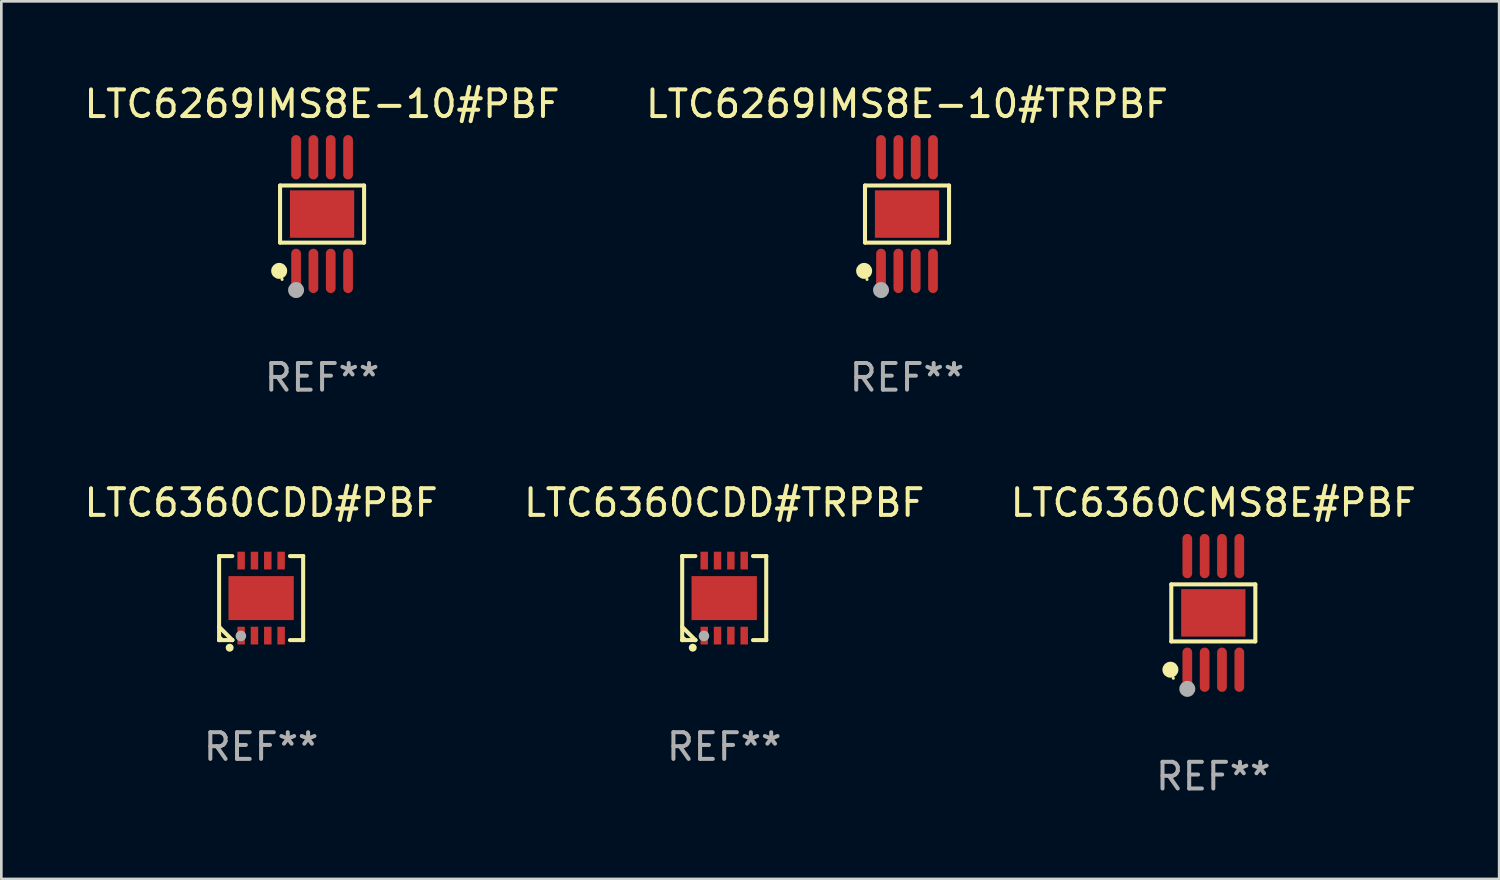
<source format=kicad_pcb>
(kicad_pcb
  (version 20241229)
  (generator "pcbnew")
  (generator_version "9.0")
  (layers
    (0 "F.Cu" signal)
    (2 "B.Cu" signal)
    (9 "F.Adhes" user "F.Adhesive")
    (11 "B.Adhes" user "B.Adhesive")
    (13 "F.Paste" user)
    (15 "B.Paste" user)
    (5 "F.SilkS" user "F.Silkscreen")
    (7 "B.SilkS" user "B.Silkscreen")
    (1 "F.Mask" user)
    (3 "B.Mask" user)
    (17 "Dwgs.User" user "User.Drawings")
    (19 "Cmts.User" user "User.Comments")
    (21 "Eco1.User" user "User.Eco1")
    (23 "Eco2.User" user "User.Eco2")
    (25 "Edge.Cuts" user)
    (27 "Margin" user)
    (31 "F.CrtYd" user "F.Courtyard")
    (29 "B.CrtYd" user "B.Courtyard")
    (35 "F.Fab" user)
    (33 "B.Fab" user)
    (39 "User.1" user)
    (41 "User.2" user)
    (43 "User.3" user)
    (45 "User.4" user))
  (footprint "LTC6360CDD#TRPBF"
    (layer "F.Cu")
    (at 24.113 19.383)
    (property "Reference" "LTC6360CDD#TRPBF" (at 0 -3.576 0) (layer "F.SilkS") (effects (font (size 1 1) (thickness 0.15))))
    (attr through_hole)
    (fp_line (start -1.576 -1.576) (end -1.576 -1.576) (stroke (width 0.152) (type solid)) (layer "F.SilkS"))
    (fp_line (start -1.576 -1.576) (end -1.08 -1.576) (stroke (width 0.152) (type solid)) (layer "F.SilkS"))
    (fp_line (start -1.576 1.576) (end -1.576 -1.576) (stroke (width 0.152) (type solid)) (layer "F.SilkS"))
    (fp_line (start -1.576 1.576) (end -1.576 1.576) (stroke (width 0.152) (type solid)) (layer "F.SilkS"))
    (fp_line (start -1.08 1.575) (end -1.576 1.079) (stroke (width 0.152) (type solid)) (layer "F.SilkS"))
    (fp_line (start -1.08 1.576) (end -1.576 1.576) (stroke (width 0.152) (type solid)) (layer "F.SilkS"))
    (fp_line (start -1.08 1.576) (end -1.08 1.575) (stroke (width 0.152) (type solid)) (layer "F.SilkS"))
    (fp_line (start 1.08 1.576) (end 1.576 1.576) (stroke (width 0.152) (type solid)) (layer "F.SilkS"))
    (fp_line (start 1.576 -1.576) (end 1.08 -1.576) (stroke (width 0.152) (type solid)) (layer "F.SilkS"))
    (fp_line (start 1.576 -1.576) (end 1.576 -1.576) (stroke (width 0.152) (type solid)) (layer "F.SilkS"))
    (fp_line (start 1.576 1.576) (end 1.576 -1.576) (stroke (width 0.152) (type solid)) (layer "F.SilkS"))
    (fp_line (start 1.576 1.576) (end 1.576 1.576) (stroke (width 0.152) (type solid)) (layer "F.SilkS"))
    (fp_circle (center -1.5 1.5) (end -1.47 1.5) (stroke (width 0.06) (type solid)) (fill no) (layer "F.SilkS"))
    (fp_circle (center -1.18 1.86) (end -1.105 1.86) (stroke (width 0.15) (type solid)) (fill no) (layer "F.SilkS"))
    (fp_circle (center -0.76 1.42) (end -0.66 1.42) (stroke (width 0.2) (type solid)) (fill no) (layer "F.Fab"))
    (fp_text user "REF**" (at 0 5.576 0) (layer "F.Fab") (effects (font (size 1 1) (thickness 0.15))))
    (pad "1" smd rect (at -0.75 1.407) (size 0.28 0.665) (layers "F.Cu" "F.Mask" "F.Paste"))
    (pad "2" smd rect (at -0.25 1.407) (size 0.28 0.665) (layers "F.Cu" "F.Mask" "F.Paste"))
    (pad "3" smd rect (at 0.25 1.407) (size 0.28 0.665) (layers "F.Cu" "F.Mask" "F.Paste"))
    (pad "4" smd rect (at 0.75 1.407) (size 0.28 0.665) (layers "F.Cu" "F.Mask" "F.Paste"))
    (pad "5" smd rect (at 0.75 -1.407) (size 0.28 0.665) (layers "F.Cu" "F.Mask" "F.Paste"))
    (pad "6" smd rect (at 0.25 -1.407) (size 0.28 0.665) (layers "F.Cu" "F.Mask" "F.Paste"))
    (pad "7" smd rect (at -0.25 -1.407) (size 0.28 0.665) (layers "F.Cu" "F.Mask" "F.Paste"))
    (pad "8" smd rect (at -0.75 -1.407) (size 0.28 0.665) (layers "F.Cu" "F.Mask" "F.Paste"))
    (pad "9" smd rect (at 0 0) (size 2.45 1.65) (layers "F.Cu" "F.Mask" "F.Paste")))
  (footprint "LTC6269IMS8E-10#TRPBF"
    (layer "F.Cu")
    (at 30.97 4.979)
    (property "Reference" "LTC6269IMS8E-10#TRPBF" (at 0 -4.131 0) (layer "F.SilkS") (effects (font (size 1 1) (thickness 0.15))))
    (attr through_hole)
    (fp_line (start -1.576 -1.071) (end 1.576 -1.071) (stroke (width 0.152) (type solid)) (layer "F.SilkS"))
    (fp_line (start -1.576 1.071) (end -1.576 -1.071) (stroke (width 0.152) (type solid)) (layer "F.SilkS"))
    (fp_line (start 1.576 -1.071) (end 1.576 1.071) (stroke (width 0.152) (type solid)) (layer "F.SilkS"))
    (fp_line (start 1.576 1.071) (end -1.576 1.071) (stroke (width 0.152) (type solid)) (layer "F.SilkS"))
    (fp_circle (center -1.609 2.131) (end -1.459 2.131) (stroke (width 0.3) (type solid)) (fill no) (layer "F.SilkS"))
    (fp_circle (center -1.5 2.45) (end -1.47 2.45) (stroke (width 0.06) (type solid)) (fill no) (layer "F.SilkS"))
    (fp_circle (center -0.975 2.85) (end -0.825 2.85) (stroke (width 0.3) (type solid)) (fill no) (layer "F.Fab"))
    (fp_text user "REF**" (at 0 6.131 0) (layer "F.Fab") (effects (font (size 1 1) (thickness 0.15))))
    (pad "1" smd oval (at -0.975 2.131) (size 0.364 1.662) (layers "F.Cu" "F.Mask" "F.Paste"))
    (pad "2" smd oval (at -0.325 2.131) (size 0.364 1.662) (layers "F.Cu" "F.Mask" "F.Paste"))
    (pad "3" smd oval (at 0.325 2.131) (size 0.364 1.662) (layers "F.Cu" "F.Mask" "F.Paste"))
    (pad "4" smd oval (at 0.975 2.131) (size 0.364 1.662) (layers "F.Cu" "F.Mask" "F.Paste"))
    (pad "5" smd oval (at 0.975 -2.131) (size 0.364 1.662) (layers "F.Cu" "F.Mask" "F.Paste"))
    (pad "6" smd oval (at 0.325 -2.131) (size 0.364 1.662) (layers "F.Cu" "F.Mask" "F.Paste"))
    (pad "7" smd oval (at -0.325 -2.131) (size 0.364 1.662) (layers "F.Cu" "F.Mask" "F.Paste"))
    (pad "8" smd oval (at -0.975 -2.131) (size 0.364 1.662) (layers "F.Cu" "F.Mask" "F.Paste"))
    (pad "9" smd rect (at 0 0) (size 2.41 1.78) (layers "F.Cu" "F.Mask" "F.Paste")))
  (footprint "LTC6360CMS8E#PBF"
    (layer "F.Cu")
    (at 42.458 19.938)
    (property "Reference" "LTC6360CMS8E#PBF" (at 0 -4.131 0) (layer "F.SilkS") (effects (font (size 1 1) (thickness 0.15))))
    (attr through_hole)
    (fp_line (start -1.576 -1.071) (end 1.576 -1.071) (stroke (width 0.152) (type solid)) (layer "F.SilkS"))
    (fp_line (start -1.576 1.071) (end -1.576 -1.071) (stroke (width 0.152) (type solid)) (layer "F.SilkS"))
    (fp_line (start 1.576 -1.071) (end 1.576 1.071) (stroke (width 0.152) (type solid)) (layer "F.SilkS"))
    (fp_line (start 1.576 1.071) (end -1.576 1.071) (stroke (width 0.152) (type solid)) (layer "F.SilkS"))
    (fp_circle (center -1.609 2.131) (end -1.459 2.131) (stroke (width 0.3) (type solid)) (fill no) (layer "F.SilkS"))
    (fp_circle (center -1.5 2.45) (end -1.47 2.45) (stroke (width 0.06) (type solid)) (fill no) (layer "F.SilkS"))
    (fp_circle (center -0.975 2.85) (end -0.825 2.85) (stroke (width 0.3) (type solid)) (fill no) (layer "F.Fab"))
    (fp_text user "REF**" (at 0 6.131 0) (layer "F.Fab") (effects (font (size 1 1) (thickness 0.15))))
    (pad "1" smd oval (at -0.975 2.131) (size 0.364 1.662) (layers "F.Cu" "F.Mask" "F.Paste"))
    (pad "2" smd oval (at -0.325 2.131) (size 0.364 1.662) (layers "F.Cu" "F.Mask" "F.Paste"))
    (pad "3" smd oval (at 0.325 2.131) (size 0.364 1.662) (layers "F.Cu" "F.Mask" "F.Paste"))
    (pad "4" smd oval (at 0.975 2.131) (size 0.364 1.662) (layers "F.Cu" "F.Mask" "F.Paste"))
    (pad "5" smd oval (at 0.975 -2.131) (size 0.364 1.662) (layers "F.Cu" "F.Mask" "F.Paste"))
    (pad "6" smd oval (at 0.325 -2.131) (size 0.364 1.662) (layers "F.Cu" "F.Mask" "F.Paste"))
    (pad "7" smd oval (at -0.325 -2.131) (size 0.364 1.662) (layers "F.Cu" "F.Mask" "F.Paste"))
    (pad "8" smd oval (at -0.975 -2.131) (size 0.364 1.662) (layers "F.Cu" "F.Mask" "F.Paste"))
    (pad "9" smd rect (at 0 0) (size 2.41 1.78) (layers "F.Cu" "F.Mask" "F.Paste")))
  (footprint "LTC6269IMS8E-10#PBF"
    (layer "F.Cu")
    (at 9.03 4.979)
    (property "Reference" "LTC6269IMS8E-10#PBF" (at 0 -4.131 0) (layer "F.SilkS") (effects (font (size 1 1) (thickness 0.15))))
    (attr through_hole)
    (fp_line (start -1.576 -1.071) (end 1.576 -1.071) (stroke (width 0.152) (type solid)) (layer "F.SilkS"))
    (fp_line (start -1.576 1.071) (end -1.576 -1.071) (stroke (width 0.152) (type solid)) (layer "F.SilkS"))
    (fp_line (start 1.576 -1.071) (end 1.576 1.071) (stroke (width 0.152) (type solid)) (layer "F.SilkS"))
    (fp_line (start 1.576 1.071) (end -1.576 1.071) (stroke (width 0.152) (type solid)) (layer "F.SilkS"))
    (fp_circle (center -1.609 2.131) (end -1.459 2.131) (stroke (width 0.3) (type solid)) (fill no) (layer "F.SilkS"))
    (fp_circle (center -1.5 2.45) (end -1.47 2.45) (stroke (width 0.06) (type solid)) (fill no) (layer "F.SilkS"))
    (fp_circle (center -0.975 2.85) (end -0.825 2.85) (stroke (width 0.3) (type solid)) (fill no) (layer "F.Fab"))
    (fp_text user "REF**" (at 0 6.131 0) (layer "F.Fab") (effects (font (size 1 1) (thickness 0.15))))
    (pad "1" smd oval (at -0.975 2.131) (size 0.364 1.662) (layers "F.Cu" "F.Mask" "F.Paste"))
    (pad "2" smd oval (at -0.325 2.131) (size 0.364 1.662) (layers "F.Cu" "F.Mask" "F.Paste"))
    (pad "3" smd oval (at 0.325 2.131) (size 0.364 1.662) (layers "F.Cu" "F.Mask" "F.Paste"))
    (pad "4" smd oval (at 0.975 2.131) (size 0.364 1.662) (layers "F.Cu" "F.Mask" "F.Paste"))
    (pad "5" smd oval (at 0.975 -2.131) (size 0.364 1.662) (layers "F.Cu" "F.Mask" "F.Paste"))
    (pad "6" smd oval (at 0.325 -2.131) (size 0.364 1.662) (layers "F.Cu" "F.Mask" "F.Paste"))
    (pad "7" smd oval (at -0.325 -2.131) (size 0.364 1.662) (layers "F.Cu" "F.Mask" "F.Paste"))
    (pad "8" smd oval (at -0.975 -2.131) (size 0.364 1.662) (layers "F.Cu" "F.Mask" "F.Paste"))
    (pad "9" smd rect (at 0 0) (size 2.41 1.78) (layers "F.Cu" "F.Mask" "F.Paste")))
  (footprint "LTC6360CDD#PBF"
    (layer "F.Cu")
    (at 6.744 19.383)
    (property "Reference" "LTC6360CDD#PBF" (at 0 -3.576 0) (layer "F.SilkS") (effects (font (size 1 1) (thickness 0.15))))
    (attr through_hole)
    (fp_line (start -1.576 -1.576) (end -1.576 -1.576) (stroke (width 0.152) (type solid)) (layer "F.SilkS"))
    (fp_line (start -1.576 -1.576) (end -1.08 -1.576) (stroke (width 0.152) (type solid)) (layer "F.SilkS"))
    (fp_line (start -1.576 1.576) (end -1.576 -1.576) (stroke (width 0.152) (type solid)) (layer "F.SilkS"))
    (fp_line (start -1.576 1.576) (end -1.576 1.576) (stroke (width 0.152) (type solid)) (layer "F.SilkS"))
    (fp_line (start -1.08 1.575) (end -1.576 1.079) (stroke (width 0.152) (type solid)) (layer "F.SilkS"))
    (fp_line (start -1.08 1.576) (end -1.576 1.576) (stroke (width 0.152) (type solid)) (layer "F.SilkS"))
    (fp_line (start -1.08 1.576) (end -1.08 1.575) (stroke (width 0.152) (type solid)) (layer "F.SilkS"))
    (fp_line (start 1.08 1.576) (end 1.576 1.576) (stroke (width 0.152) (type solid)) (layer "F.SilkS"))
    (fp_line (start 1.576 -1.576) (end 1.08 -1.576) (stroke (width 0.152) (type solid)) (layer "F.SilkS"))
    (fp_line (start 1.576 -1.576) (end 1.576 -1.576) (stroke (width 0.152) (type solid)) (layer "F.SilkS"))
    (fp_line (start 1.576 1.576) (end 1.576 -1.576) (stroke (width 0.152) (type solid)) (layer "F.SilkS"))
    (fp_line (start 1.576 1.576) (end 1.576 1.576) (stroke (width 0.152) (type solid)) (layer "F.SilkS"))
    (fp_circle (center -1.5 1.5) (end -1.47 1.5) (stroke (width 0.06) (type solid)) (fill no) (layer "F.SilkS"))
    (fp_circle (center -1.18 1.86) (end -1.105 1.86) (stroke (width 0.15) (type solid)) (fill no) (layer "F.SilkS"))
    (fp_circle (center -0.76 1.42) (end -0.66 1.42) (stroke (width 0.2) (type solid)) (fill no) (layer "F.Fab"))
    (fp_text user "REF**" (at 0 5.576 0) (layer "F.Fab") (effects (font (size 1 1) (thickness 0.15))))
    (pad "1" smd rect (at -0.75 1.407) (size 0.28 0.665) (layers "F.Cu" "F.Mask" "F.Paste"))
    (pad "2" smd rect (at -0.25 1.407) (size 0.28 0.665) (layers "F.Cu" "F.Mask" "F.Paste"))
    (pad "3" smd rect (at 0.25 1.407) (size 0.28 0.665) (layers "F.Cu" "F.Mask" "F.Paste"))
    (pad "4" smd rect (at 0.75 1.407) (size 0.28 0.665) (layers "F.Cu" "F.Mask" "F.Paste"))
    (pad "5" smd rect (at 0.75 -1.407) (size 0.28 0.665) (layers "F.Cu" "F.Mask" "F.Paste"))
    (pad "6" smd rect (at 0.25 -1.407) (size 0.28 0.665) (layers "F.Cu" "F.Mask" "F.Paste"))
    (pad "7" smd rect (at -0.25 -1.407) (size 0.28 0.665) (layers "F.Cu" "F.Mask" "F.Paste"))
    (pad "8" smd rect (at -0.75 -1.407) (size 0.28 0.665) (layers "F.Cu" "F.Mask" "F.Paste"))
    (pad "9" smd rect (at 0 0) (size 2.45 1.65) (layers "F.Cu" "F.Mask" "F.Paste")))
  (gr_rect
    (start -3 -3)
    (end 53.179 29.917)
    (stroke (width 0.1) (type default))
    (fill no)
    (layer "Edge.Cuts")))
</source>
